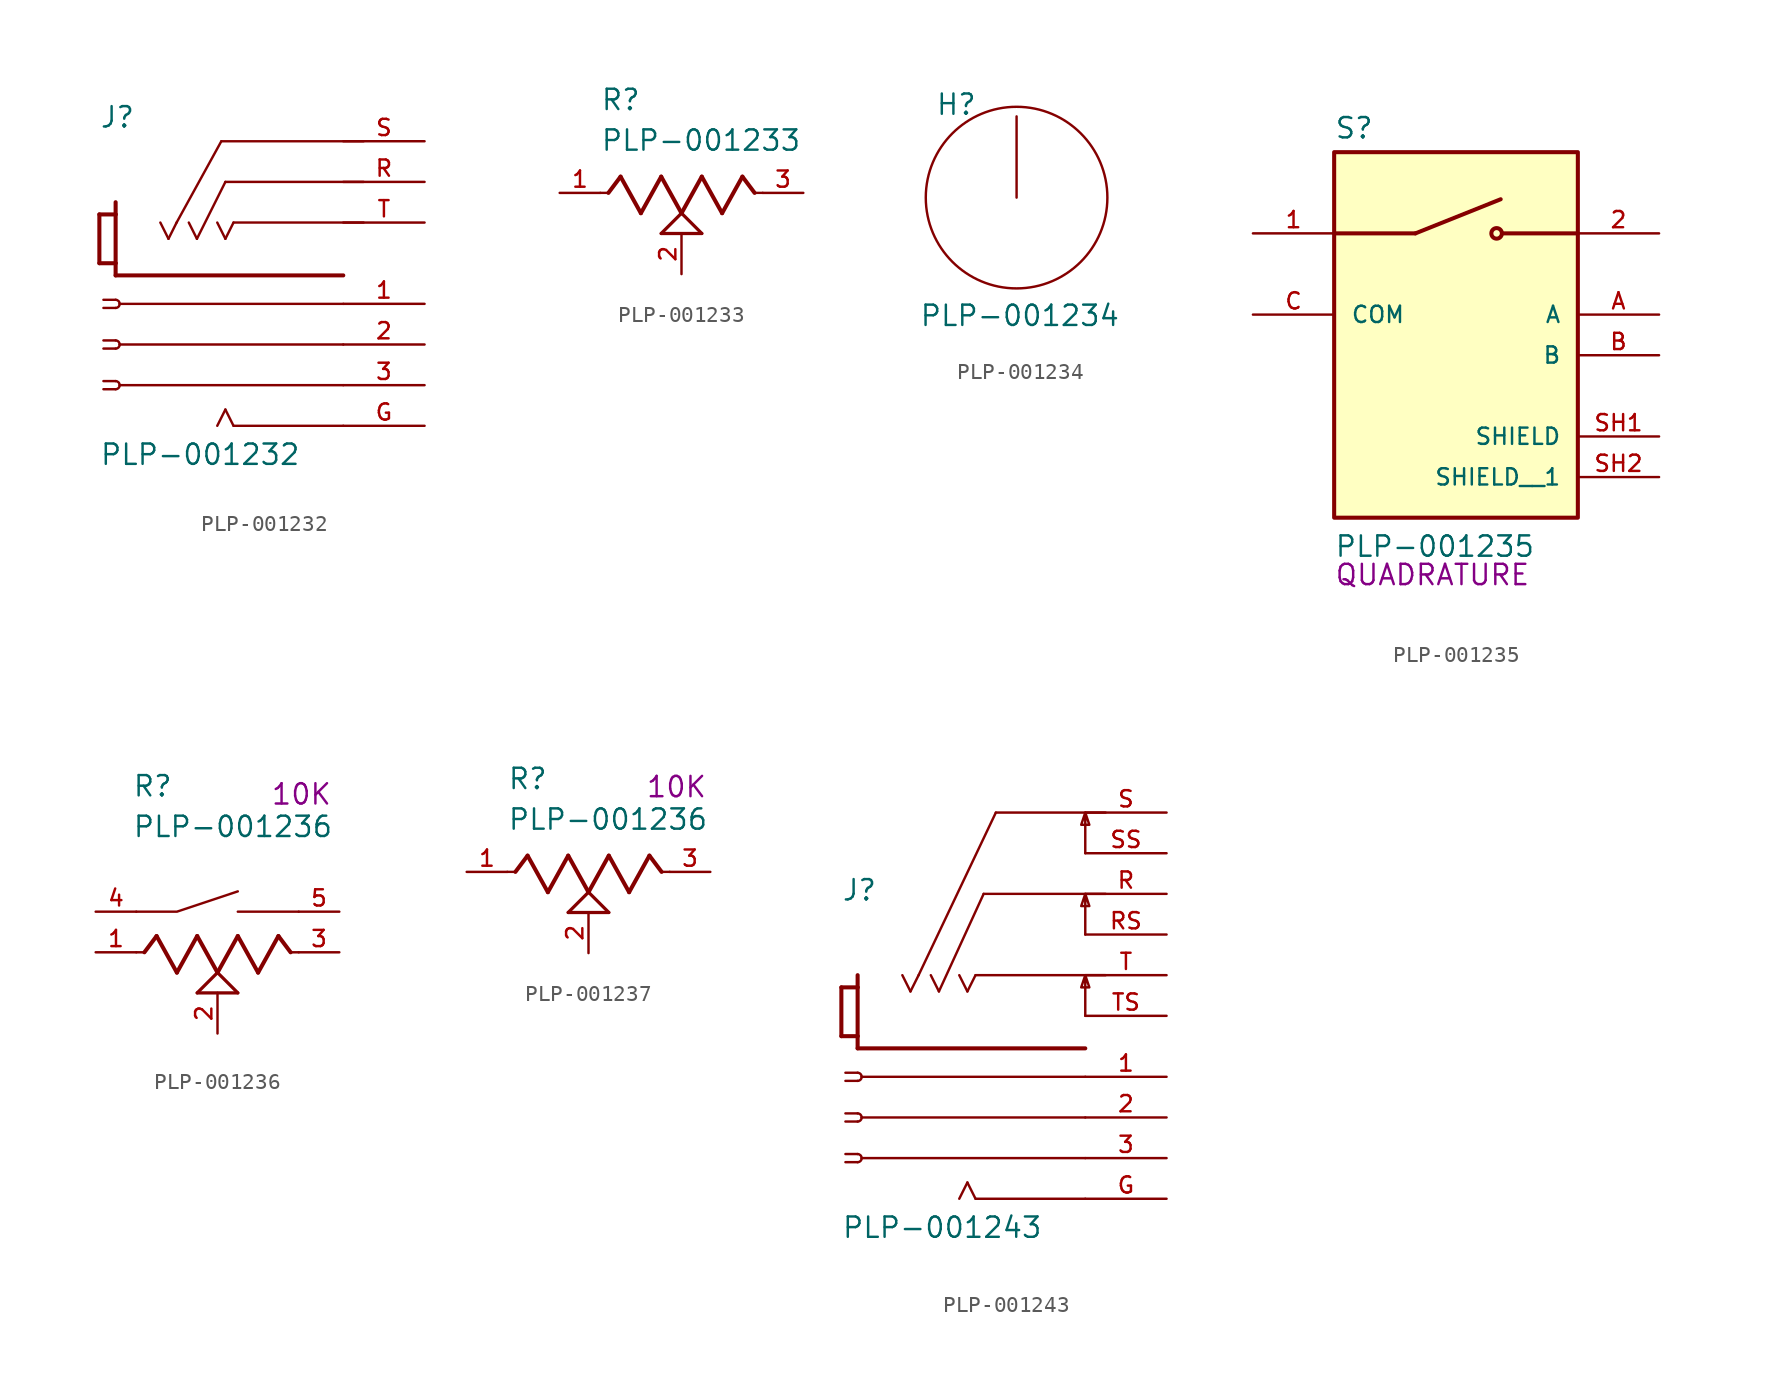
<source format=kicad_sym>
(kicad_symbol_lib
  (version 20241209)
  (generator "kicad_symbol_editor")
  (generator_version "9.0")
  (symbol "PLP-001232"
    (pin_names
      (offset 1.016))
    (property "Reference" "J"
      (at -7.62 8.382 0)
      (effects (font (size 1.27 1.27)) (justify left bottom)))
    (property "Value" "PLP-001232"
      (at -7.62 -12.7 0)
      (effects (font (size 1.27 1.27)) (justify left bottom)))
    (symbol "PLP-001232_0_0"
      (polyline (pts (xy -7.62 3.048) (xy -7.62 0)) (stroke (width 0.254) (type default)) (fill (type none)))
      (polyline (pts (xy -7.62 0) (xy -6.604 0)) (stroke (width 0.254) (type default)) (fill (type none)))
      (polyline (pts (xy -6.604 3.81) (xy -6.604 3.048)) (stroke (width 0.254) (type default)) (fill (type none)))
      (polyline (pts (xy -6.604 3.048) (xy -7.62 3.048)) (stroke (width 0.254) (type default)) (fill (type none)))
      (polyline (pts (xy -6.604 0) (xy -6.604 3.048)) (stroke (width 0.254) (type default)) (fill (type none)))
      (polyline (pts (xy -6.604 -0.762) (xy -6.604 0)) (stroke (width 0.254) (type default)) (fill (type none)))
      (polyline (pts (xy -6.604 -2.286) (xy -7.366 -2.286)) (stroke (width 0.152) (type default)) (fill (type none)))
      (arc (start -6.604 -2.286) (mid -6.4244 -2.3604) (end -6.35 -2.54) (stroke (width 0.1524) (type default)) (fill (type none)))
      (arc (start -6.35 -2.54) (mid -6.4244 -2.7196) (end -6.604 -2.794) (stroke (width 0.1524) (type default)) (fill (type none)))
      (polyline (pts (xy -6.604 -2.794) (xy -7.366 -2.794)) (stroke (width 0.152) (type default)) (fill (type none)))
      (polyline (pts (xy -6.604 -4.826) (xy -7.366 -4.826)) (stroke (width 0.152) (type default)) (fill (type none)))
      (arc (start -6.604 -4.826) (mid -6.4244 -4.9004) (end -6.35 -5.08) (stroke (width 0.1524) (type default)) (fill (type none)))
      (arc (start -6.35 -5.08) (mid -6.4244 -5.2596) (end -6.604 -5.334) (stroke (width 0.1524) (type default)) (fill (type none)))
      (polyline (pts (xy -6.604 -5.334) (xy -7.366 -5.334)) (stroke (width 0.152) (type default)) (fill (type none)))
      (polyline (pts (xy -6.604 -7.366) (xy -7.366 -7.366)) (stroke (width 0.152) (type default)) (fill (type none)))
      (arc (start -6.604 -7.366) (mid -6.4244 -7.4404) (end -6.35 -7.62) (stroke (width 0.1524) (type default)) (fill (type none)))
      (arc (start -6.35 -7.62) (mid -6.4244 -7.7996) (end -6.604 -7.874) (stroke (width 0.1524) (type default)) (fill (type none)))
      (polyline (pts (xy -6.604 -7.874) (xy -7.366 -7.874)) (stroke (width 0.152) (type default)) (fill (type none)))
      (polyline (pts (xy -6.35 -2.54) (xy 7.62 -2.54)) (stroke (width 0.152) (type default)) (fill (type none)))
      (polyline (pts (xy -6.35 -5.08) (xy 7.62 -5.08)) (stroke (width 0.152) (type default)) (fill (type none)))
      (polyline (pts (xy -6.35 -7.62) (xy 7.62 -7.62)) (stroke (width 0.152) (type default)) (fill (type none)))
      (polyline (pts (xy -3.302 1.524) (xy -3.81 2.54)) (stroke (width 0.152) (type default)) (fill (type none)))
      (polyline (pts (xy -2.794 2.54) (xy -3.302 1.524)) (stroke (width 0.152) (type default)) (fill (type none)))
      (polyline (pts (xy -2.794 2.54) (xy 0 7.62)) (stroke (width 0.152) (type default)) (fill (type none)))
      (polyline (pts (xy -1.524 1.524) (xy -2.032 2.54)) (stroke (width 0.152) (type default)) (fill (type none)))
      (polyline (pts (xy -1.524 1.524) (xy 0.254 5.08)) (stroke (width 0.152) (type default)) (fill (type none)))
      (polyline (pts (xy -0.254 -10.16) (xy 0.254 -9.144)) (stroke (width 0.152) (type default)) (fill (type none)))
      (polyline (pts (xy 0.254 1.524) (xy -0.254 2.54)) (stroke (width 0.152) (type default)) (fill (type none)))
      (polyline (pts (xy 0.254 -9.144) (xy 0.762 -10.16)) (stroke (width 0.152) (type default)) (fill (type none)))
      (polyline (pts (xy 0.762 2.54) (xy 0.254 1.524)) (stroke (width 0.152) (type default)) (fill (type none)))
      (polyline (pts (xy 7.62 -0.762) (xy -6.604 -0.762)) (stroke (width 0.254) (type default)) (fill (type none)))
      (polyline (pts (xy 7.62 -10.16) (xy 0.762 -10.16)) (stroke (width 0.152) (type default)) (fill (type none)))
      (polyline (pts (xy 8.89 7.62) (xy 0 7.62)) (stroke (width 0.152) (type default)) (fill (type none)))
      (polyline (pts (xy 8.89 5.08) (xy 0.254 5.08)) (stroke (width 0.152) (type default)) (fill (type none)))
      (polyline (pts (xy 8.89 2.54) (xy 0.762 2.54)) (stroke (width 0.152) (type default)) (fill (type none)))
      (pin passive line (at 12.7 7.62 180) (length 5.08) (name "~" (effects (font (size 1.016 1.016)))) (number "S" (effects (font (size 1.016 1.016)))))
      (pin passive line (at 12.7 5.08 180) (length 5.08) (name "~" (effects (font (size 1.016 1.016)))) (number "R" (effects (font (size 1.016 1.016)))))
      (pin passive line (at 12.7 2.54 180) (length 5.08) (name "~" (effects (font (size 1.016 1.016)))) (number "T" (effects (font (size 1.016 1.016)))))
      (pin passive line (at 12.7 -2.54 180) (length 5.08) (name "~" (effects (font (size 1.016 1.016)))) (number "1" (effects (font (size 1.016 1.016)))))
      (pin passive line (at 12.7 -5.08 180) (length 5.08) (name "~" (effects (font (size 1.016 1.016)))) (number "2" (effects (font (size 1.016 1.016)))))
      (pin passive line (at 12.7 -7.62 180) (length 5.08) (name "~" (effects (font (size 1.016 1.016)))) (number "3" (effects (font (size 1.016 1.016)))))
      (pin power_in line (at 12.7 -10.16 180) (length 5.08) (name "~" (effects (font (size 1.016 1.016)))) (number "G" (effects (font (size 1.016 1.016)))))))
  (symbol "PLP-001233"
    (pin_names
      (offset 1.016))
    (property "Reference" "R"
      (at -5.08 5.08 0)
      (effects (font (size 1.27 1.27)) (justify left bottom)))
    (property "Value" "PLP-001233"
      (at -5.08 2.54 0)
      (effects (font (size 1.27 1.27)) (justify left bottom)))
    (symbol "PLP-001233_0_0"
      (polyline (pts (xy -5.08 0) (xy -4.572 0)) (stroke (width 0.152) (type default)) (fill (type none)))
      (polyline (pts (xy -4.572 0) (xy -3.81 1.016)) (stroke (width 0.254) (type default)) (fill (type none)))
      (polyline (pts (xy -3.81 1.016) (xy -2.54 -1.27)) (stroke (width 0.254) (type default)) (fill (type none)))
      (polyline (pts (xy -2.54 -1.27) (xy -1.27 1.016)) (stroke (width 0.254) (type default)) (fill (type none)))
      (polyline (pts (xy -1.27 1.016) (xy 0 -1.27)) (stroke (width 0.254) (type default)) (fill (type none)))
      (polyline (pts (xy -1.27 -2.54) (xy 0 -1.27)) (stroke (width 0.203) (type default)) (fill (type none)))
      (polyline (pts (xy 0 -1.27) (xy 1.27 1.016)) (stroke (width 0.254) (type default)) (fill (type none)))
      (polyline (pts (xy 0 -1.27) (xy 1.27 -2.54)) (stroke (width 0.203) (type default)) (fill (type none)))
      (polyline (pts (xy 1.27 1.016) (xy 2.54 -1.27)) (stroke (width 0.254) (type default)) (fill (type none)))
      (polyline (pts (xy 1.27 -2.54) (xy -1.27 -2.54)) (stroke (width 0.203) (type default)) (fill (type none)))
      (polyline (pts (xy 2.54 -1.27) (xy 3.81 1.016)) (stroke (width 0.254) (type default)) (fill (type none)))
      (polyline (pts (xy 3.81 1.016) (xy 4.572 0)) (stroke (width 0.254) (type default)) (fill (type none)))
      (polyline (pts (xy 4.572 0) (xy 5.08 0)) (stroke (width 0.152) (type default)) (fill (type none)))
      (pin passive line (at -7.62 0 0) (length 2.54) (name "~" (effects (font (size 1.016 1.016)))) (number "1" (effects (font (size 1.016 1.016)))))
      (pin passive line (at 0 -5.08 90) (length 2.54) (name "~" (effects (font (size 1.016 1.016)))) (number "2" (effects (font (size 1.016 1.016)))))
      (pin passive line (at 7.62 0 180) (length 2.54) (name "~" (effects (font (size 1.016 1.016)))) (number "3" (effects (font (size 1.016 1.016)))))))
  (symbol "PLP-001234"
    (pin_names
      (offset 1.016))
    (property "Reference" "H"
      (at -5.08 5.08 0)
      (effects (font (size 1.27 1.27)) (justify left bottom)))
    (property "Value" "PLP-001234"
      (at -6.096 -8.128 0)
      (effects (font (size 1.27 1.27)) (justify left bottom)))
    (symbol "PLP-001234_0_1"
      (polyline (pts (xy 0 0) (xy 0 5.08)) (stroke (width 0) (type default)) (fill (type none)))
      (circle (center 0 0) (radius 5.68) (stroke (width 0) (type default)) (fill (type none)))))
  (symbol "PLP-001235"
    (pin_names
      (offset 1.016))
    (property "Reference" "S"
      (at -7.62 10.922 0)
      (effects (font (size 1.27 1.27)) (justify left bottom)))
    (property "Value" "PLP-001235"
      (at -7.62 -15.24 0)
      (effects (font (size 1.27 1.27)) (justify left bottom)))
    (property "INFO" "QUADRATURE"
      (at -7.62 -17.018 0)
      (effects (font (size 1.27 1.27)) (justify left bottom)))
    (symbol "PLP-001235_0_0"
      (rectangle (start -7.62 -12.7) (end 7.62 10.16) (stroke (width 0.254) (type default)) (fill (type background)))
      (polyline (pts (xy -2.54 5.08) (xy -7.62 5.08)) (stroke (width 0.254) (type default)) (fill (type none)))
      (polyline (pts (xy -2.54 5.08) (xy 2.794 7.214)) (stroke (width 0.254) (type default)) (fill (type none)))
      (circle (center 2.54 5.08) (radius 0.33) (stroke (width 0.254) (type default)) (fill (type none)))
      (polyline (pts (xy 7.62 5.08) (xy 2.921 5.08)) (stroke (width 0.254) (type default)) (fill (type none)))
      (pin passive line (at -12.7 5.08 0) (length 5.08) (name "~" (effects (font (size 1.016 1.016)))) (number "1" (effects (font (size 1.016 1.016)))))
      (pin passive line (at -12.7 0 0) (length 5.08) (name "COM" (effects (font (size 1.016 1.016)))) (number "C" (effects (font (size 1.016 1.016)))))
      (pin passive line (at 12.7 5.08 180) (length 5.08) (name "~" (effects (font (size 1.016 1.016)))) (number "2" (effects (font (size 1.016 1.016)))))
      (pin passive line (at 12.7 0 180) (length 5.08) (name "A" (effects (font (size 1.016 1.016)))) (number "A" (effects (font (size 1.016 1.016)))))
      (pin passive line (at 12.7 -2.54 180) (length 5.08) (name "B" (effects (font (size 1.016 1.016)))) (number "B" (effects (font (size 1.016 1.016)))))
      (pin passive line (at 12.7 -7.62 180) (length 5.08) (name "SHIELD" (effects (font (size 1.016 1.016)))) (number "SH1" (effects (font (size 1.016 1.016)))))
      (pin passive line (at 12.7 -10.16 180) (length 5.08) (name "SHIELD__1" (effects (font (size 1.016 1.016)))) (number "SH2" (effects (font (size 1.016 1.016)))))))
  (symbol "PLP-001236"
    (pin_names
      (offset 1.016))
    (property "Reference" "R"
      (at -5.334 9.652 0)
      (effects (font (size 1.27 1.27)) (justify left bottom)))
    (property "Value" "PLP-001236"
      (at -5.334 7.112 0)
      (effects (font (size 1.27 1.27)) (justify left bottom)))
    (property "INFO" "10K"
      (at 3.302 9.144 0)
      (effects (font (size 1.27 1.27)) (justify left bottom)))
    (symbol "PLP-001236_0_0"
      (polyline (pts (xy -5.08 0) (xy -4.572 0)) (stroke (width 0.152) (type default)) (fill (type none)))
      (polyline (pts (xy -4.572 0) (xy -3.81 1.016)) (stroke (width 0.254) (type default)) (fill (type none)))
      (polyline (pts (xy -3.81 1.016) (xy -2.54 -1.27)) (stroke (width 0.254) (type default)) (fill (type none)))
      (polyline (pts (xy -2.54 -1.27) (xy -1.27 1.016)) (stroke (width 0.254) (type default)) (fill (type none)))
      (polyline (pts (xy -1.27 1.016) (xy 0 -1.27)) (stroke (width 0.254) (type default)) (fill (type none)))
      (polyline (pts (xy -1.27 -2.54) (xy 0 -1.27)) (stroke (width 0.203) (type default)) (fill (type none)))
      (polyline (pts (xy 0 -1.27) (xy 1.27 1.016)) (stroke (width 0.254) (type default)) (fill (type none)))
      (polyline (pts (xy 0 -1.27) (xy 1.27 -2.54)) (stroke (width 0.203) (type default)) (fill (type none)))
      (polyline (pts (xy 1.27 1.016) (xy 2.54 -1.27)) (stroke (width 0.254) (type default)) (fill (type none)))
      (polyline (pts (xy 1.27 -2.54) (xy -1.27 -2.54)) (stroke (width 0.203) (type default)) (fill (type none)))
      (polyline (pts (xy 2.54 -1.27) (xy 3.81 1.016)) (stroke (width 0.254) (type default)) (fill (type none)))
      (polyline (pts (xy 3.81 1.016) (xy 4.572 0)) (stroke (width 0.254) (type default)) (fill (type none)))
      (polyline (pts (xy 4.572 0) (xy 5.08 0)) (stroke (width 0.152) (type default)) (fill (type none)))
      (pin passive line (at -7.62 0 0) (length 2.54) (name "~" (effects (font (size 1.016 1.016)))) (number "1" (effects (font (size 1.016 1.016)))))
      (pin passive line (at 0 -5.08 90) (length 2.54) (name "~" (effects (font (size 1.016 1.016)))) (number "2" (effects (font (size 1.016 1.016)))))
      (pin passive line (at 7.62 0 180) (length 2.54) (name "~" (effects (font (size 1.016 1.016)))) (number "3" (effects (font (size 1.016 1.016))))))
    (symbol "PLP-001236_0_1"
      (polyline (pts (xy -5.08 2.54) (xy -2.54 2.54) (xy 1.27 3.81)) (stroke (width 0) (type default)) (fill (type none)))
      (polyline (pts (xy 5.08 2.54) (xy 1.27 2.54)) (stroke (width 0) (type default)) (fill (type none))))
    (symbol "PLP-001236_1_0"
      (pin passive line (at -7.62 2.54 0) (length 2.54) (name "~" (effects (font (size 1.016 1.016)))) (number "4" (effects (font (size 1.016 1.016)))))
      (pin passive line (at 7.62 2.54 180) (length 2.54) (name "~" (effects (font (size 1.016 1.016)))) (number "5" (effects (font (size 1.016 1.016)))))))
  (symbol "PLP-001237"
    (pin_names
      (offset 1.016))
    (property "Reference" "R"
      (at -5.08 5.08 0)
      (effects (font (size 1.27 1.27)) (justify left bottom)))
    (property "Value" "PLP-001236"
      (at -5.08 2.54 0)
      (effects (font (size 1.27 1.27)) (justify left bottom)))
    (property "INFO" "10K"
      (at 3.556 4.572 0)
      (effects (font (size 1.27 1.27)) (justify left bottom)))
    (symbol "PLP-001237_0_0"
      (polyline (pts (xy -5.08 0) (xy -4.572 0)) (stroke (width 0.152) (type default)) (fill (type none)))
      (polyline (pts (xy -4.572 0) (xy -3.81 1.016)) (stroke (width 0.254) (type default)) (fill (type none)))
      (polyline (pts (xy -3.81 1.016) (xy -2.54 -1.27)) (stroke (width 0.254) (type default)) (fill (type none)))
      (polyline (pts (xy -2.54 -1.27) (xy -1.27 1.016)) (stroke (width 0.254) (type default)) (fill (type none)))
      (polyline (pts (xy -1.27 1.016) (xy 0 -1.27)) (stroke (width 0.254) (type default)) (fill (type none)))
      (polyline (pts (xy -1.27 -2.54) (xy 0 -1.27)) (stroke (width 0.203) (type default)) (fill (type none)))
      (polyline (pts (xy 0 -1.27) (xy 1.27 1.016)) (stroke (width 0.254) (type default)) (fill (type none)))
      (polyline (pts (xy 0 -1.27) (xy 1.27 -2.54)) (stroke (width 0.203) (type default)) (fill (type none)))
      (polyline (pts (xy 1.27 1.016) (xy 2.54 -1.27)) (stroke (width 0.254) (type default)) (fill (type none)))
      (polyline (pts (xy 1.27 -2.54) (xy -1.27 -2.54)) (stroke (width 0.203) (type default)) (fill (type none)))
      (polyline (pts (xy 2.54 -1.27) (xy 3.81 1.016)) (stroke (width 0.254) (type default)) (fill (type none)))
      (polyline (pts (xy 3.81 1.016) (xy 4.572 0)) (stroke (width 0.254) (type default)) (fill (type none)))
      (polyline (pts (xy 4.572 0) (xy 5.08 0)) (stroke (width 0.152) (type default)) (fill (type none)))
      (pin passive line (at -7.62 0 0) (length 2.54) (name "~" (effects (font (size 1.016 1.016)))) (number "1" (effects (font (size 1.016 1.016)))))
      (pin passive line (at 0 -5.08 90) (length 2.54) (name "~" (effects (font (size 1.016 1.016)))) (number "2" (effects (font (size 1.016 1.016)))))
      (pin passive line (at 7.62 0 180) (length 2.54) (name "~" (effects (font (size 1.016 1.016)))) (number "3" (effects (font (size 1.016 1.016)))))))
  (symbol "PLP-001243"
    (pin_names
      (offset 1.016))
    (property "Reference" "J"
      (at -7.62 8.382 0)
      (effects (font (size 1.27 1.27)) (justify left bottom)))
    (property "Value" "PLP-001243"
      (at -7.62 -12.7 0)
      (effects (font (size 1.27 1.27)) (justify left bottom)))
    (symbol "PLP-001243_0_0"
      (polyline (pts (xy -7.62 3.048) (xy -7.62 0)) (stroke (width 0.254) (type default)) (fill (type none)))
      (polyline (pts (xy -7.62 0) (xy -6.604 0)) (stroke (width 0.254) (type default)) (fill (type none)))
      (polyline (pts (xy -6.604 3.81) (xy -6.604 3.048)) (stroke (width 0.254) (type default)) (fill (type none)))
      (polyline (pts (xy -6.604 3.048) (xy -7.62 3.048)) (stroke (width 0.254) (type default)) (fill (type none)))
      (polyline (pts (xy -6.604 0) (xy -6.604 3.048)) (stroke (width 0.254) (type default)) (fill (type none)))
      (polyline (pts (xy -6.604 -0.762) (xy -6.604 0)) (stroke (width 0.254) (type default)) (fill (type none)))
      (polyline (pts (xy -6.604 -2.286) (xy -7.366 -2.286)) (stroke (width 0.152) (type default)) (fill (type none)))
      (arc (start -6.604 -2.286) (mid -6.4244 -2.3604) (end -6.35 -2.54) (stroke (width 0.1524) (type default)) (fill (type none)))
      (arc (start -6.35 -2.54) (mid -6.4244 -2.7196) (end -6.604 -2.794) (stroke (width 0.1524) (type default)) (fill (type none)))
      (polyline (pts (xy -6.604 -2.794) (xy -7.366 -2.794)) (stroke (width 0.152) (type default)) (fill (type none)))
      (polyline (pts (xy -6.604 -4.826) (xy -7.366 -4.826)) (stroke (width 0.152) (type default)) (fill (type none)))
      (arc (start -6.604 -4.826) (mid -6.4244 -4.9004) (end -6.35 -5.08) (stroke (width 0.1524) (type default)) (fill (type none)))
      (arc (start -6.35 -5.08) (mid -6.4244 -5.2596) (end -6.604 -5.334) (stroke (width 0.1524) (type default)) (fill (type none)))
      (polyline (pts (xy -6.604 -5.334) (xy -7.366 -5.334)) (stroke (width 0.152) (type default)) (fill (type none)))
      (polyline (pts (xy -6.604 -7.366) (xy -7.366 -7.366)) (stroke (width 0.152) (type default)) (fill (type none)))
      (arc (start -6.604 -7.366) (mid -6.4244 -7.4404) (end -6.35 -7.62) (stroke (width 0.1524) (type default)) (fill (type none)))
      (arc (start -6.35 -7.62) (mid -6.4244 -7.7996) (end -6.604 -7.874) (stroke (width 0.1524) (type default)) (fill (type none)))
      (polyline (pts (xy -6.604 -7.874) (xy -7.366 -7.874)) (stroke (width 0.152) (type default)) (fill (type none)))
      (polyline (pts (xy -6.35 -2.54) (xy 7.62 -2.54)) (stroke (width 0.152) (type default)) (fill (type none)))
      (polyline (pts (xy -6.35 -5.08) (xy 7.62 -5.08)) (stroke (width 0.152) (type default)) (fill (type none)))
      (polyline (pts (xy -6.35 -7.62) (xy 7.62 -7.62)) (stroke (width 0.152) (type default)) (fill (type none)))
      (polyline (pts (xy -3.302 2.794) (xy -3.81 3.81)) (stroke (width 0.152) (type default)) (fill (type none)))
      (polyline (pts (xy -2.794 3.81) (xy -3.302 2.794)) (stroke (width 0.152) (type default)) (fill (type none)))
      (polyline (pts (xy -2.794 3.81) (xy 2.032 13.97)) (stroke (width 0.152) (type default)) (fill (type none)))
      (polyline (pts (xy -1.524 2.794) (xy -2.032 3.81)) (stroke (width 0.152) (type default)) (fill (type none)))
      (polyline (pts (xy -1.524 2.794) (xy 1.27 8.89)) (stroke (width 0.152) (type default)) (fill (type none)))
      (polyline (pts (xy -0.254 -10.16) (xy 0.254 -9.144)) (stroke (width 0.152) (type default)) (fill (type none)))
      (polyline (pts (xy 0.254 2.794) (xy -0.254 3.81)) (stroke (width 0.152) (type default)) (fill (type none)))
      (polyline (pts (xy 0.254 -9.144) (xy 0.762 -10.16)) (stroke (width 0.152) (type default)) (fill (type none)))
      (polyline (pts (xy 0.762 3.81) (xy 0.254 2.794)) (stroke (width 0.152) (type default)) (fill (type none)))
      (polyline (pts (xy 7.62 -0.762) (xy -6.604 -0.762)) (stroke (width 0.254) (type default)) (fill (type none)))
      (polyline (pts (xy 7.62 -10.16) (xy 0.762 -10.16)) (stroke (width 0.152) (type default)) (fill (type none)))
      (polyline (pts (xy 8.89 13.97) (xy 2.032 13.97)) (stroke (width 0.152) (type default)) (fill (type none)))
      (polyline (pts (xy 8.89 8.89) (xy 1.27 8.89)) (stroke (width 0.152) (type default)) (fill (type none)))
      (polyline (pts (xy 8.89 3.81) (xy 0.762 3.81)) (stroke (width 0.152) (type default)) (fill (type none)))
      (pin passive line (at 12.7 13.97 180) (length 5.08) (name "~" (effects (font (size 1.016 1.016)))) (number "S" (effects (font (size 1.016 1.016)))))
      (pin passive line (at 12.7 8.89 180) (length 5.08) (name "~" (effects (font (size 1.016 1.016)))) (number "R" (effects (font (size 1.016 1.016)))))
      (pin passive line (at 12.7 3.81 180) (length 5.08) (name "~" (effects (font (size 1.016 1.016)))) (number "T" (effects (font (size 1.016 1.016)))))
      (pin passive line (at 12.7 -2.54 180) (length 5.08) (name "~" (effects (font (size 1.016 1.016)))) (number "1" (effects (font (size 1.016 1.016)))))
      (pin passive line (at 12.7 -5.08 180) (length 5.08) (name "~" (effects (font (size 1.016 1.016)))) (number "2" (effects (font (size 1.016 1.016)))))
      (pin passive line (at 12.7 -7.62 180) (length 5.08) (name "~" (effects (font (size 1.016 1.016)))) (number "3" (effects (font (size 1.016 1.016)))))
      (pin power_in line (at 12.7 -10.16 180) (length 5.08) (name "~" (effects (font (size 1.016 1.016)))) (number "G" (effects (font (size 1.016 1.016))))))
    (symbol "PLP-001243_0_1"
      (polyline (pts (xy 7.62 11.43) (xy 7.62 13.97) (xy 7.366 13.208) (xy 7.874 13.208) (xy 7.62 13.97)) (stroke (width 0) (type default)) (fill (type none)))
      (polyline (pts (xy 7.62 6.35) (xy 7.62 8.89) (xy 7.366 8.128) (xy 7.874 8.128) (xy 7.62 8.89)) (stroke (width 0) (type default)) (fill (type none)))
      (polyline (pts (xy 7.62 1.27) (xy 7.62 3.81) (xy 7.366 3.048) (xy 7.874 3.048) (xy 7.62 3.81)) (stroke (width 0) (type default)) (fill (type none))))
    (symbol "PLP-001243_1_0"
      (pin passive line (at 12.7 11.43 180) (length 5.08) (name "~" (effects (font (size 1.016 1.016)))) (number "SS" (effects (font (size 1.016 1.016)))))
      (pin passive line (at 12.7 6.35 180) (length 5.08) (name "~" (effects (font (size 1.016 1.016)))) (number "RS" (effects (font (size 1.016 1.016)))))
      (pin passive line (at 12.7 1.27 180) (length 5.08) (name "~" (effects (font (size 1.016 1.016)))) (number "TS" (effects (font (size 1.016 1.016))))))))
</source>
